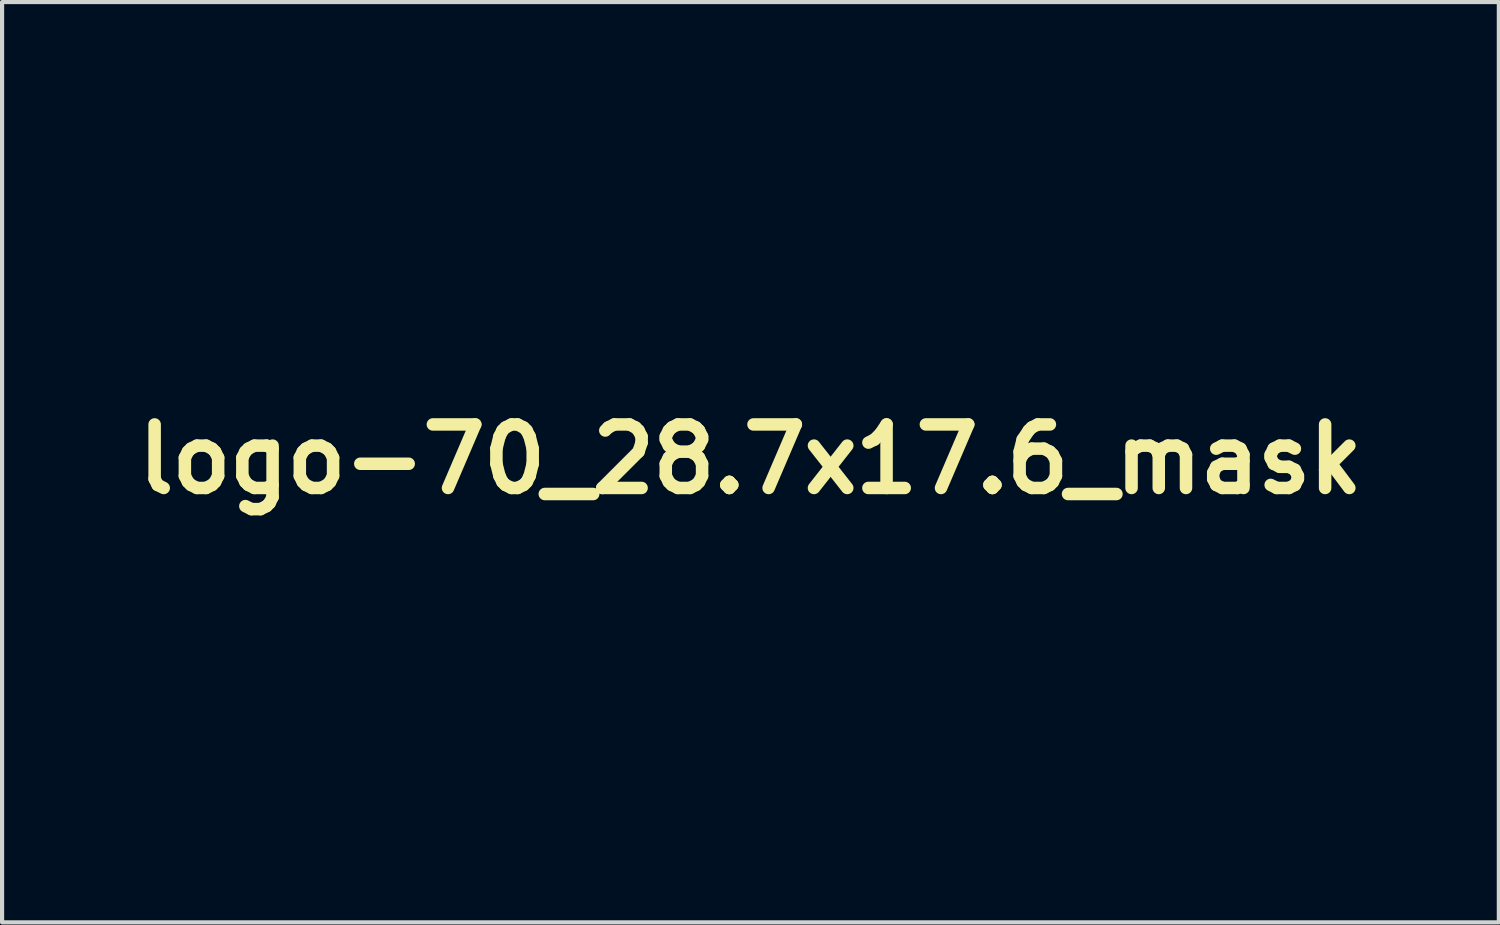
<source format=kicad_pcb>
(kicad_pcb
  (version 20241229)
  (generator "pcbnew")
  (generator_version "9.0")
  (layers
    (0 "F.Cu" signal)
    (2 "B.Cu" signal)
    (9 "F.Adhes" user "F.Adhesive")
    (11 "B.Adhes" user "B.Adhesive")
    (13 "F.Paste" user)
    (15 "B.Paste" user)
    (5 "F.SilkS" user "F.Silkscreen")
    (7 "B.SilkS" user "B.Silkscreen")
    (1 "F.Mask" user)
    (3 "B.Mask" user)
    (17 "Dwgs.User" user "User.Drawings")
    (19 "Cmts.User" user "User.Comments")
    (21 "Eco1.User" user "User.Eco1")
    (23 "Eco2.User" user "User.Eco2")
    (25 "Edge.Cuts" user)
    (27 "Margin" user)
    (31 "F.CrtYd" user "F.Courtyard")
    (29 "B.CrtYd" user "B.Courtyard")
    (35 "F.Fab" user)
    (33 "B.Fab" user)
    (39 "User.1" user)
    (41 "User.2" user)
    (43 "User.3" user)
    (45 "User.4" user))
  (footprint "logo-70_28.7x17.6_mask"
    (layer "F.Cu")
    (at 14.957 7.969)
    (property "Reference" "logo-70_28.7x17.6_mask" (at 0 0 0) (layer "F.SilkS") (effects (font (size 1.524 1.524) (thickness 0.3))))
    (attr through_hole)
    (fp_poly (pts (xy 5.181 2.873) (xy 5.2 3.012) (xy 5.188 3.202) (xy 5.154 3.39) (xy 5.107 3.524) (xy 5.071 3.556) (xy 5.034 3.491) (xy 5.012 3.324) (xy 5.007 3.197) (xy 5.023 2.964) (xy 5.064 2.82) (xy 5.121 2.784) (xy 5.181 2.873)) (stroke (width 0.01) (type solid)) (fill yes) (layer "F.Mask"))
    (fp_poly (pts (xy 4.047 3.182) (xy 4.064 3.293) (xy 4.041 3.442) (xy 3.986 3.635) (xy 3.915 3.824) (xy 3.848 3.957) (xy 3.811 3.991) (xy 3.792 3.927) (xy 3.786 3.768) (xy 3.787 3.719) (xy 3.816 3.445) (xy 3.877 3.237) (xy 3.959 3.129) (xy 3.99 3.121) (xy 4.047 3.182)) (stroke (width 0.01) (type solid)) (fill yes) (layer "F.Mask"))
    (fp_poly (pts (xy 2.743 3.317) (xy 2.757 3.393) (xy 2.729 3.527) (xy 2.662 3.713) (xy 2.573 3.909) (xy 2.483 4.074) (xy 2.411 4.169) (xy 2.384 4.175) (xy 2.377 4.086) (xy 2.403 3.909) (xy 2.451 3.694) (xy 2.511 3.491) (xy 2.569 3.35) (xy 2.572 3.345) (xy 2.668 3.268) (xy 2.743 3.317)) (stroke (width 0.01) (type solid)) (fill yes) (layer "F.Mask"))
    (fp_poly (pts (xy -0.257 2.923) (xy -0.273 3.004) (xy -0.341 3.128) (xy -0.454 3.281) (xy -0.618 3.457) (xy -0.803 3.629) (xy -0.98 3.771) (xy -1.118 3.858) (xy -1.187 3.864) (xy -1.17 3.766) (xy -1.071 3.605) (xy -0.916 3.411) (xy -0.734 3.213) (xy -0.552 3.043) (xy -0.398 2.931) (xy -0.317 2.903) (xy -0.257 2.923)) (stroke (width 0.01) (type solid)) (fill yes) (layer "F.Mask"))
    (fp_poly (pts (xy 1.3 3.273) (xy 1.306 3.299) (xy 1.27 3.428) (xy 1.179 3.607) (xy 1.054 3.803) (xy 0.92 3.982) (xy 0.799 4.113) (xy 0.716 4.162) (xy 0.699 4.152) (xy 0.708 4.054) (xy 0.775 3.875) (xy 0.883 3.654) (xy 1.013 3.433) (xy 1.016 3.429) (xy 1.119 3.321) (xy 1.229 3.262) (xy 1.3 3.273)) (stroke (width 0.01) (type solid)) (fill yes) (layer "F.Mask"))
    (fp_poly (pts (xy -1.962 2.296) (xy -2.012 2.395) (xy -2.133 2.543) (xy -2.283 2.699) (xy -2.42 2.818) (xy -2.493 2.858) (xy -2.606 2.906) (xy -2.773 3.008) (xy -2.808 3.032) (xy -2.994 3.154) (xy -3.091 3.188) (xy -3.121 3.141) (xy -3.121 3.137) (xy -3.071 3.057) (xy -2.943 2.915) (xy -2.77 2.742) (xy -2.586 2.57) (xy -2.422 2.431) (xy -2.313 2.356) (xy -2.298 2.351) (xy -2.16 2.312) (xy -2.086 2.285) (xy -1.983 2.27) (xy -1.962 2.296)) (stroke (width 0.01) (type solid)) (fill yes) (layer "F.Mask"))
    (fp_poly (pts (xy -7.257 -2.273) (xy -7.194 -2.236) (xy -7.04 -2.232) (xy -7.012 -2.235) (xy -6.803 -2.235) (xy -6.723 -2.186) (xy -6.776 -2.112) (xy -6.966 -2.036) (xy -6.983 -2.031) (xy -7.211 -1.97) (xy -7.4 -1.917) (xy -7.439 -1.905) (xy -7.581 -1.88) (xy -7.799 -1.864) (xy -8.057 -1.856) (xy -8.321 -1.857) (xy -8.554 -1.866) (xy -8.721 -1.882) (xy -8.786 -1.907) (xy -8.783 -1.914) (xy -8.68 -1.963) (xy -8.449 -2.036) (xy -8.107 -2.131) (xy -7.667 -2.242) (xy -7.42 -2.301) (xy -7.295 -2.306) (xy -7.257 -2.273)) (stroke (width 0.01) (type solid)) (fill yes) (layer "F.Mask"))
    (fp_poly (pts (xy -3.668 1.206) (xy -3.629 1.237) (xy -3.684 1.318) (xy -3.817 1.425) (xy -3.827 1.432) (xy -4.014 1.567) (xy -4.156 1.69) (xy -4.277 1.774) (xy -4.35 1.78) (xy -4.448 1.784) (xy -4.628 1.838) (xy -4.753 1.887) (xy -4.988 1.984) (xy -5.11 2.023) (xy -5.136 2.004) (xy -5.086 1.931) (xy -5.077 1.919) (xy -4.961 1.819) (xy -4.77 1.689) (xy -4.65 1.617) (xy -4.447 1.493) (xy -4.293 1.386) (xy -4.245 1.343) (xy -4.141 1.28) (xy -3.975 1.23) (xy -3.8 1.202) (xy -3.668 1.206)) (stroke (width 0.01) (type solid)) (fill yes) (layer "F.Mask"))
    (fp_poly (pts (xy -5.328 -0.275) (xy -5.211 -0.263) (xy -5.195 -0.232) (xy -5.257 -0.177) (xy -5.401 -0.095) (xy -5.483 -0.073) (xy -5.598 -0.031) (xy -5.741 0.062) (xy -5.915 0.147) (xy -6.165 0.215) (xy -6.314 0.237) (xy -6.558 0.268) (xy -6.753 0.303) (xy -6.826 0.323) (xy -6.951 0.335) (xy -6.99 0.316) (xy -6.958 0.263) (xy -6.834 0.176) (xy -6.659 0.078) (xy -6.474 -0.009) (xy -6.32 -0.064) (xy -6.268 -0.072) (xy -6.155 -0.123) (xy -6.105 -0.171) (xy -5.973 -0.235) (xy -5.72 -0.27) (xy -5.569 -0.275) (xy -5.328 -0.275)) (stroke (width 0.01) (type solid)) (fill yes) (layer "F.Mask"))
    (fp_poly (pts (xy -8.68 -4.808) (xy -8.603 -4.772) (xy -8.6 -4.768) (xy -8.481 -4.685) (xy -8.436 -4.674) (xy -8.289 -4.662) (xy -8.201 -4.655) (xy -8.082 -4.618) (xy -8.055 -4.578) (xy -8.124 -4.514) (xy -8.312 -4.459) (xy -8.595 -4.419) (xy -8.69 -4.412) (xy -8.851 -4.386) (xy -8.926 -4.343) (xy -8.926 -4.339) (xy -8.98 -4.285) (xy -9.11 -4.305) (xy -9.255 -4.381) (xy -9.399 -4.439) (xy -9.635 -4.494) (xy -9.896 -4.533) (xy -10.145 -4.568) (xy -10.298 -4.609) (xy -10.329 -4.65) (xy -10.329 -4.65) (xy -10.234 -4.682) (xy -10.027 -4.72) (xy -9.74 -4.757) (xy -9.468 -4.785) (xy -9.091 -4.814) (xy -8.835 -4.822) (xy -8.68 -4.808)) (stroke (width 0.01) (type solid)) (fill yes) (layer "F.Mask"))
    (fp_poly (pts (xy -11.141 -7.962) (xy -10.849 -7.943) (xy -10.503 -7.916) (xy -10.177 -7.891) (xy -9.921 -7.872) (xy -9.833 -7.866) (xy -9.636 -7.853) (xy -9.505 -7.844) (xy -9.489 -7.843) (xy -9.44 -7.779) (xy -9.434 -7.731) (xy -9.371 -7.641) (xy -9.217 -7.568) (xy -9.203 -7.564) (xy -9.037 -7.502) (xy -8.948 -7.431) (xy -8.947 -7.427) (xy -9.002 -7.398) (xy -9.167 -7.375) (xy -9.405 -7.361) (xy -9.68 -7.355) (xy -9.955 -7.358) (xy -10.196 -7.373) (xy -10.323 -7.389) (xy -10.431 -7.455) (xy -10.45 -7.508) (xy -10.517 -7.578) (xy -10.701 -7.659) (xy -10.94 -7.732) (xy -11.266 -7.825) (xy -11.449 -7.895) (xy -11.489 -7.942) (xy -11.386 -7.964) (xy -11.141 -7.962)) (stroke (width 0.01) (type solid)) (fill yes) (layer "F.Mask"))
    (fp_poly (pts (xy 5.658 0.436) (xy 5.69 0.533) (xy 5.684 0.551) (xy 5.687 0.622) (xy 5.761 0.61) (xy 5.845 0.609) (xy 5.876 0.713) (xy 5.878 0.783) (xy 5.849 0.949) (xy 5.78 1.038) (xy 5.686 1.125) (xy 5.574 1.293) (xy 5.47 1.491) (xy 5.402 1.669) (xy 5.392 1.77) (xy 5.388 1.879) (xy 5.34 2.038) (xy 5.268 2.202) (xy 5.193 2.323) (xy 5.136 2.354) (xy 5.133 2.352) (xy 5.086 2.219) (xy 5.084 1.997) (xy 5.124 1.734) (xy 5.2 1.475) (xy 5.227 1.411) (xy 5.324 1.149) (xy 5.388 0.884) (xy 5.398 0.808) (xy 5.426 0.606) (xy 5.463 0.464) (xy 5.471 0.449) (xy 5.563 0.397) (xy 5.658 0.436)) (stroke (width 0.01) (type solid)) (fill yes) (layer "F.Mask"))
    (fp_poly (pts (xy 4.993 0.716) (xy 5.013 0.853) (xy 5.028 0.966) (xy 5.055 0.963) (xy 5.055 0.962) (xy 5.125 0.872) (xy 5.19 0.908) (xy 5.224 1.05) (xy 5.225 1.089) (xy 5.194 1.258) (xy 5.122 1.306) (xy 5.023 1.36) (xy 4.882 1.494) (xy 4.735 1.666) (xy 4.62 1.832) (xy 4.572 1.95) (xy 4.572 1.952) (xy 4.518 2.028) (xy 4.495 2.032) (xy 4.452 2.076) (xy 4.463 2.104) (xy 4.455 2.204) (xy 4.385 2.376) (xy 4.331 2.474) (xy 4.208 2.648) (xy 4.123 2.703) (xy 4.102 2.687) (xy 4.073 2.518) (xy 4.126 2.261) (xy 4.252 1.942) (xy 4.433 1.606) (xy 4.571 1.356) (xy 4.672 1.137) (xy 4.698 1.052) (xy 4.862 1.052) (xy 4.899 1.089) (xy 4.935 1.052) (xy 4.899 1.016) (xy 4.862 1.052) (xy 4.698 1.052) (xy 4.717 0.991) (xy 4.717 0.981) (xy 4.761 0.811) (xy 4.865 0.684) (xy 4.949 0.653) (xy 4.993 0.716)) (stroke (width 0.01) (type solid)) (fill yes) (layer "F.Mask"))
    (fp_poly (pts (xy 3.585 0.748) (xy 3.585 0.808) (xy 3.495 0.93) (xy 3.411 1.016) (xy 3.157 1.257) (xy 3.388 1.212) (xy 3.544 1.188) (xy 3.588 1.227) (xy 3.551 1.361) (xy 3.544 1.382) (xy 3.468 1.534) (xy 3.387 1.605) (xy 3.386 1.605) (xy 3.231 1.627) (xy 3.097 1.672) (xy 2.913 1.764) (xy 2.903 1.769) (xy 2.681 1.907) (xy 2.475 2.07) (xy 2.319 2.226) (xy 2.249 2.345) (xy 2.248 2.354) (xy 2.194 2.431) (xy 2.061 2.552) (xy 1.896 2.682) (xy 1.741 2.786) (xy 1.641 2.83) (xy 1.639 2.83) (xy 1.603 2.77) (xy 1.597 2.705) (xy 1.634 2.584) (xy 1.729 2.403) (xy 1.854 2.203) (xy 1.983 2.024) (xy 2.088 1.909) (xy 2.129 1.887) (xy 2.23 1.838) (xy 2.395 1.713) (xy 2.592 1.542) (xy 2.789 1.354) (xy 2.951 1.181) (xy 3.046 1.053) (xy 3.054 1.036) (xy 3.166 0.892) (xy 3.345 0.782) (xy 3.527 0.739) (xy 3.585 0.748)) (stroke (width 0.01) (type solid)) (fill yes) (layer "F.Mask"))
    (fp_poly (pts (xy 4.321 0.753) (xy 4.399 0.799) (xy 4.365 0.868) (xy 4.323 0.912) (xy 4.23 1.053) (xy 4.209 1.139) (xy 4.228 1.212) (xy 4.307 1.17) (xy 4.32 1.16) (xy 4.428 1.102) (xy 4.471 1.109) (xy 4.477 1.202) (xy 4.416 1.343) (xy 4.322 1.474) (xy 4.229 1.539) (xy 4.212 1.539) (xy 4.126 1.578) (xy 3.98 1.695) (xy 3.805 1.858) (xy 3.634 2.034) (xy 3.5 2.192) (xy 3.434 2.299) (xy 3.433 2.317) (xy 3.399 2.394) (xy 3.296 2.542) (xy 3.214 2.646) (xy 3.073 2.806) (xy 2.991 2.862) (xy 2.943 2.828) (xy 2.933 2.803) (xy 2.932 2.626) (xy 3.024 2.379) (xy 3.191 2.094) (xy 3.419 1.799) (xy 3.503 1.707) (xy 3.686 1.493) (xy 3.827 1.288) (xy 3.836 1.27) (xy 3.991 1.27) (xy 4.028 1.306) (xy 4.064 1.27) (xy 4.028 1.234) (xy 3.991 1.27) (xy 3.836 1.27) (xy 3.892 1.147) (xy 3.98 0.942) (xy 4.119 0.796) (xy 4.271 0.743) (xy 4.321 0.753)) (stroke (width 0.01) (type solid)) (fill yes) (layer "F.Mask"))
    (fp_poly (pts (xy 2.6 0.621) (xy 2.598 0.72) (xy 2.505 0.848) (xy 2.381 0.941) (xy 2.24 1.039) (xy 2.218 1.098) (xy 2.266 1.127) (xy 2.421 1.131) (xy 2.53 1.094) (xy 2.671 1.028) (xy 2.713 1.05) (xy 2.666 1.176) (xy 2.635 1.239) (xy 2.502 1.421) (xy 2.337 1.531) (xy 2.185 1.544) (xy 2.139 1.52) (xy 2.042 1.522) (xy 1.859 1.581) (xy 1.628 1.679) (xy 1.387 1.797) (xy 1.173 1.917) (xy 1.025 2.021) (xy 0.979 2.083) (xy 0.921 2.153) (xy 0.774 2.258) (xy 0.583 2.374) (xy 0.39 2.474) (xy 0.24 2.533) (xy 0.2 2.54) (xy 0.154 2.48) (xy 0.145 2.41) (xy 0.205 2.262) (xy 0.369 2.07) (xy 0.452 1.996) (xy 0.653 1.996) (xy 0.689 2.032) (xy 0.726 1.996) (xy 0.689 1.959) (xy 0.653 1.996) (xy 0.452 1.996) (xy 0.611 1.853) (xy 0.906 1.635) (xy 1.229 1.436) (xy 1.402 1.345) (xy 1.757 1.155) (xy 1.97 0.993) (xy 2.034 0.903) (xy 2.176 0.709) (xy 2.393 0.595) (xy 2.499 0.581) (xy 2.6 0.621)) (stroke (width 0.01) (type solid)) (fill yes) (layer "F.Mask"))
    (fp_poly (pts (xy 1.672 0.267) (xy 1.69 0.34) (xy 1.605 0.443) (xy 1.486 0.544) (xy 1.423 0.581) (xy 1.338 0.605) (xy 1.184 0.662) (xy 0.98 0.744) (xy 1.186 0.803) (xy 1.401 0.825) (xy 1.567 0.796) (xy 1.706 0.769) (xy 1.736 0.826) (xy 1.654 0.954) (xy 1.598 1.014) (xy 1.444 1.127) (xy 1.267 1.202) (xy 1.115 1.226) (xy 1.035 1.183) (xy 1.035 1.183) (xy 0.955 1.15) (xy 0.776 1.163) (xy 0.535 1.211) (xy 0.267 1.285) (xy 0.009 1.373) (xy -0.203 1.466) (xy -0.335 1.553) (xy -0.353 1.577) (xy -0.453 1.658) (xy -0.648 1.753) (xy -0.844 1.824) (xy -1.12 1.908) (xy -1.284 1.947) (xy -1.358 1.941) (xy -1.366 1.893) (xy -1.35 1.845) (xy -1.311 1.716) (xy -1.306 1.679) (xy -1.251 1.605) (xy -1.11 1.484) (xy -1.018 1.415) (xy -0.726 1.415) (xy -0.689 1.451) (xy -0.653 1.415) (xy -0.689 1.379) (xy -0.726 1.415) (xy -1.018 1.415) (xy -0.924 1.344) (xy -0.731 1.213) (xy -0.57 1.119) (xy -0.487 1.089) (xy -0.324 1.058) (xy -0.073 0.977) (xy 0.223 0.863) (xy 0.522 0.734) (xy 0.783 0.608) (xy 0.964 0.5) (xy 1.004 0.467) (xy 1.158 0.343) (xy 1.291 0.28) (xy 1.298 0.279) (xy 1.475 0.262) (xy 1.524 0.256) (xy 1.672 0.267)) (stroke (width 0.01) (type solid)) (fill yes) (layer "F.Mask"))
    (fp_poly (pts (xy 0.552 -0.276) (xy 0.569 -0.269) (xy 0.705 -0.197) (xy 0.72 -0.133) (xy 0.683 -0.09) (xy 0.488 0.011) (xy 0.184 0.063) (xy 0.118 0.067) (xy 0.023 0.095) (xy 0.036 0.153) (xy 0.129 0.22) (xy 0.274 0.274) (xy 0.426 0.296) (xy 0.572 0.308) (xy 0.612 0.331) (xy 0.599 0.338) (xy 0.514 0.434) (xy 0.508 0.473) (xy 0.445 0.572) (xy 0.251 0.647) (xy -0.009 0.692) (xy -0.161 0.697) (xy -0.2 0.649) (xy -0.19 0.613) (xy -0.189 0.556) (xy -0.261 0.53) (xy -0.434 0.532) (xy -0.601 0.544) (xy -1.051 0.584) (xy -1.376 0.618) (xy -1.595 0.649) (xy -1.729 0.681) (xy -1.795 0.717) (xy -1.814 0.762) (xy -1.814 0.766) (xy -1.836 0.83) (xy -1.917 0.878) (xy -2.081 0.919) (xy -2.355 0.958) (xy -2.527 0.979) (xy -2.75 1) (xy -2.862 0.991) (xy -2.896 0.941) (xy -2.89 0.856) (xy -2.806 0.712) (xy -2.618 0.563) (xy -2.146 0.563) (xy -2.074 0.575) (xy -1.98 0.561) (xy -1.979 0.537) (xy -2.076 0.519) (xy -2.118 0.531) (xy -2.146 0.563) (xy -2.618 0.563) (xy -2.612 0.558) (xy -2.342 0.41) (xy -2.03 0.286) (xy -1.709 0.201) (xy -1.549 0.178) (xy -1.291 0.153) (xy -1.075 0.129) (xy -0.98 0.117) (xy -0.854 0.097) (xy -0.194 0.097) (xy -0.184 0.14) (xy -0.145 0.145) (xy -0.085 0.119) (xy -0.097 0.097) (xy -0.183 0.088) (xy -0.194 0.097) (xy -0.854 0.097) (xy -0.608 0.057) (xy -0.356 0.01) (xy -0.2 -0.031) (xy -0.116 -0.072) (xy -0.09 -0.101) (xy 0.077 -0.242) (xy 0.312 -0.306) (xy 0.552 -0.276)) (stroke (width 0.01) (type solid)) (fill yes) (layer "F.Mask"))
    (fp_poly (pts (xy -0.631 -1.138) (xy -0.44 -1.086) (xy -0.258 -1.018) (xy -0.129 -0.95) (xy -0.095 -0.897) (xy -0.097 -0.895) (xy -0.209 -0.858) (xy -0.454 -0.829) (xy -0.823 -0.81) (xy -0.942 -0.806) (xy -1.267 -0.798) (xy -0.992 -0.611) (xy -0.807 -0.506) (xy -0.662 -0.457) (xy -0.624 -0.459) (xy -0.486 -0.455) (xy -0.429 -0.43) (xy -0.383 -0.381) (xy -0.47 -0.364) (xy -0.494 -0.364) (xy -0.607 -0.339) (xy -0.62 -0.295) (xy -0.635 -0.217) (xy -0.756 -0.154) (xy -0.943 -0.117) (xy -1.158 -0.117) (xy -1.221 -0.126) (xy -1.342 -0.183) (xy -1.354 -0.251) (xy -1.359 -0.295) (xy -1.424 -0.332) (xy -1.565 -0.366) (xy -1.799 -0.399) (xy -2.143 -0.434) (xy -2.614 -0.474) (xy -2.657 -0.477) (xy -2.935 -0.494) (xy -3.101 -0.487) (xy -3.187 -0.451) (xy -3.217 -0.404) (xy -3.27 -0.345) (xy -3.392 -0.31) (xy -3.61 -0.293) (xy -3.844 -0.29) (xy -4.135 -0.294) (xy -4.31 -0.308) (xy -4.397 -0.341) (xy -4.425 -0.398) (xy -4.427 -0.427) (xy -4.374 -0.588) (xy -4.322 -0.65) (xy -4.31 -0.656) (xy -3.594 -0.656) (xy -3.511 -0.624) (xy -3.397 -0.642) (xy -3.338 -0.696) (xy -3.338 -0.697) (xy -3.4 -0.72) (xy -3.488 -0.726) (xy -3.589 -0.699) (xy -3.594 -0.656) (xy -4.31 -0.656) (xy -4.214 -0.706) (xy -4.024 -0.776) (xy -3.785 -0.852) (xy -3.531 -0.925) (xy -3.296 -0.984) (xy -3.114 -1.02) (xy -3.019 -1.024) (xy -3.014 -1.012) (xy -2.967 -0.98) (xy -2.794 -0.957) (xy -2.515 -0.945) (xy -2.341 -0.943) (xy -1.932 -0.933) (xy -1.659 -0.902) (xy -1.528 -0.853) (xy -1.461 -0.799) (xy -1.482 -0.852) (xy -1.485 -0.859) (xy -1.491 -0.929) (xy -1.398 -0.931) (xy -1.28 -0.941) (xy -1.25 -0.977) (xy -1.177 -1.064) (xy -1.002 -1.13) (xy -0.789 -1.156) (xy -0.631 -1.138)) (stroke (width 0.01) (type solid)) (fill yes) (layer "F.Mask"))
    (fp_poly (pts (xy -4.234 -2.585) (xy -4.162 -2.564) (xy -4.163 -2.556) (xy -4.123 -2.51) (xy -3.989 -2.456) (xy -3.811 -2.409) (xy -3.637 -2.383) (xy -3.535 -2.385) (xy -3.438 -2.375) (xy -3.247 -2.335) (xy -3.052 -2.287) (xy -2.669 -2.204) (xy -2.389 -2.183) (xy -2.186 -2.224) (xy -2.115 -2.26) (xy -1.915 -2.309) (xy -1.646 -2.272) (xy -1.35 -2.157) (xy -1.234 -2.092) (xy -0.98 -1.935) (xy -1.216 -1.873) (xy -1.516 -1.853) (xy -1.851 -1.914) (xy -2.105 -1.968) (xy -2.227 -1.962) (xy -2.219 -1.894) (xy -2.082 -1.766) (xy -2.071 -1.757) (xy -1.962 -1.644) (xy -1.941 -1.562) (xy -1.944 -1.558) (xy -1.937 -1.528) (xy -1.884 -1.541) (xy -1.743 -1.541) (xy -1.559 -1.486) (xy -1.558 -1.485) (xy -1.343 -1.391) (xy -1.534 -1.385) (xy -1.692 -1.343) (xy -1.768 -1.27) (xy -1.874 -1.185) (xy -2.089 -1.178) (xy -2.322 -1.226) (xy -2.471 -1.319) (xy -2.504 -1.418) (xy -2.523 -1.482) (xy -2.594 -1.542) (xy -2.739 -1.606) (xy -2.979 -1.683) (xy -3.334 -1.782) (xy -3.424 -1.807) (xy -3.801 -1.906) (xy -4.063 -1.969) (xy -4.237 -1.999) (xy -4.347 -1.999) (xy -4.418 -1.972) (xy -4.463 -1.934) (xy -4.537 -1.866) (xy -4.616 -1.832) (xy -4.73 -1.83) (xy -4.914 -1.862) (xy -5.199 -1.928) (xy -5.275 -1.946) (xy -5.56 -2.022) (xy -5.766 -2.09) (xy -5.875 -2.143) (xy -5.87 -2.173) (xy -5.818 -2.177) (xy -5.743 -2.236) (xy -5.733 -2.288) (xy -5.72 -2.312) (xy -4.971 -2.312) (xy -4.826 -2.25) (xy -4.656 -2.196) (xy -4.572 -2.183) (xy -4.5 -2.19) (xy -4.554 -2.238) (xy -4.572 -2.25) (xy -4.737 -2.308) (xy -4.826 -2.316) (xy -4.971 -2.312) (xy -5.72 -2.312) (xy -5.673 -2.396) (xy -5.57 -2.46) (xy -5.415 -2.499) (xy -5.186 -2.534) (xy -4.919 -2.562) (xy -4.647 -2.582) (xy -4.408 -2.59) (xy -4.234 -2.585)) (stroke (width 0.01) (type solid)) (fill yes) (layer "F.Mask"))
    (fp_poly (pts (xy -5.939 -4.633) (xy -5.593 -4.605) (xy -5.34 -4.562) (xy -5.2 -4.507) (xy -5.18 -4.46) (xy -5.138 -4.383) (xy -4.96 -4.307) (xy -4.875 -4.284) (xy -4.618 -4.211) (xy -4.381 -4.131) (xy -4.318 -4.106) (xy -4.113 -4.023) (xy -3.832 -3.915) (xy -3.535 -3.803) (xy -3.279 -3.711) (xy -3.175 -3.675) (xy -3.07 -3.675) (xy -3.048 -3.714) (xy -2.983 -3.759) (xy -2.784 -3.761) (xy -2.667 -3.75) (xy -2.384 -3.693) (xy -2.195 -3.59) (xy -2.126 -3.522) (xy -1.996 -3.396) (xy -1.895 -3.339) (xy -1.89 -3.338) (xy -1.823 -3.28) (xy -1.814 -3.229) (xy -1.853 -3.13) (xy -1.954 -3.152) (xy -2.009 -3.199) (xy -2.099 -3.237) (xy -2.135 -3.203) (xy -2.233 -3.158) (xy -2.306 -3.168) (xy -2.519 -3.246) (xy -2.771 -3.35) (xy -2.993 -3.451) (xy -3.07 -3.49) (xy -3.161 -3.528) (xy -3.15 -3.468) (xy -3.131 -3.432) (xy -3.027 -3.281) (xy -2.913 -3.146) (xy -2.822 -3.023) (xy -2.81 -2.947) (xy -2.779 -2.906) (xy -2.645 -2.862) (xy -2.623 -2.858) (xy -2.449 -2.804) (xy -2.347 -2.739) (xy -2.346 -2.737) (xy -2.368 -2.694) (xy -2.517 -2.706) (xy -2.525 -2.708) (xy -2.679 -2.725) (xy -2.721 -2.686) (xy -2.713 -2.653) (xy -2.741 -2.585) (xy -2.866 -2.56) (xy -3.049 -2.576) (xy -3.248 -2.631) (xy -3.359 -2.682) (xy -3.507 -2.806) (xy -3.531 -2.915) (xy -3.55 -2.99) (xy -3.655 -3.083) (xy -3.862 -3.205) (xy -4.163 -3.357) (xy -4.614 -3.574) (xy -4.954 -3.732) (xy -5.201 -3.838) (xy -5.373 -3.896) (xy -5.49 -3.913) (xy -5.57 -3.894) (xy -5.631 -3.845) (xy -5.656 -3.816) (xy -5.724 -3.765) (xy -5.828 -3.769) (xy -6.005 -3.833) (xy -6.118 -3.883) (xy -6.389 -4.002) (xy -6.656 -4.117) (xy -6.771 -4.165) (xy -6.942 -4.241) (xy -7.001 -4.303) (xy -6.976 -4.373) (xy -6.158 -4.373) (xy -6.091 -4.321) (xy -6.016 -4.288) (xy -5.841 -4.226) (xy -5.751 -4.224) (xy -5.702 -4.274) (xy -5.736 -4.326) (xy -5.873 -4.37) (xy -5.897 -4.374) (xy -6.091 -4.392) (xy -6.158 -4.373) (xy -6.976 -4.373) (xy -6.968 -4.394) (xy -6.925 -4.461) (xy -6.842 -4.564) (xy -6.733 -4.619) (xy -6.556 -4.641) (xy -6.36 -4.644) (xy -5.939 -4.633)) (stroke (width 0.01) (type solid)) (fill yes) (layer "F.Mask"))
    (fp_poly (pts (xy -6.505 -7.039) (xy -6.113 -6.924) (xy -5.853 -6.833) (xy -5.715 -6.761) (xy -5.688 -6.709) (xy -5.643 -6.629) (xy -5.476 -6.493) (xy -5.196 -6.306) (xy -4.949 -6.156) (xy -4.646 -5.978) (xy -4.386 -5.827) (xy -4.196 -5.719) (xy -4.102 -5.669) (xy -4.1 -5.668) (xy -3.996 -5.61) (xy -3.836 -5.505) (xy -3.815 -5.491) (xy -3.679 -5.402) (xy -3.633 -5.4) (xy -3.649 -5.465) (xy -3.653 -5.557) (xy -3.547 -5.587) (xy -3.515 -5.588) (xy -3.378 -5.555) (xy -3.191 -5.469) (xy -2.99 -5.355) (xy -2.811 -5.233) (xy -2.689 -5.126) (xy -2.66 -5.057) (xy -2.662 -5.055) (xy -2.65 -4.981) (xy -2.572 -4.905) (xy -2.495 -4.839) (xy -2.522 -4.812) (xy -2.673 -4.81) (xy -2.7 -4.811) (xy -2.865 -4.832) (xy -2.927 -4.877) (xy -2.923 -4.889) (xy -2.936 -4.928) (xy -3.005 -4.911) (xy -3.158 -4.924) (xy -3.386 -5.04) (xy -3.447 -5.08) (xy -3.67 -5.227) (xy -3.788 -5.283) (xy -3.812 -5.246) (xy -3.752 -5.116) (xy -3.708 -5.04) (xy -3.612 -4.859) (xy -3.559 -4.725) (xy -3.556 -4.703) (xy -3.503 -4.601) (xy -3.429 -4.532) (xy -3.35 -4.438) (xy -3.355 -4.386) (xy -3.446 -4.381) (xy -3.509 -4.418) (xy -3.637 -4.463) (xy -3.772 -4.439) (xy -3.845 -4.361) (xy -3.846 -4.347) (xy -3.905 -4.289) (xy -3.955 -4.282) (xy -4.052 -4.312) (xy -4.064 -4.338) (xy -4.122 -4.401) (xy -4.271 -4.503) (xy -4.391 -4.573) (xy -4.58 -4.679) (xy -4.659 -4.747) (xy -4.643 -4.803) (xy -4.564 -4.868) (xy -4.496 -4.927) (xy -4.48 -4.982) (xy -4.533 -5.054) (xy -4.672 -5.165) (xy -4.912 -5.334) (xy -4.944 -5.357) (xy -5.194 -5.531) (xy -5.403 -5.681) (xy -5.54 -5.782) (xy -5.567 -5.803) (xy -5.685 -5.871) (xy -5.724 -5.878) (xy -5.813 -5.927) (xy -5.818 -5.936) (xy -5.9 -6.025) (xy -6.051 -6.126) (xy -6.225 -6.215) (xy -6.373 -6.267) (xy -6.448 -6.259) (xy -6.53 -6.184) (xy -6.655 -6.176) (xy -6.842 -6.243) (xy -7.112 -6.388) (xy -7.348 -6.534) (xy -7.933 -6.905) (xy -7.076 -6.905) (xy -6.786 -6.724) (xy -6.584 -6.616) (xy -6.47 -6.604) (xy -6.445 -6.627) (xy -6.448 -6.73) (xy -6.48 -6.758) (xy -6.608 -6.803) (xy -6.801 -6.851) (xy -6.822 -6.855) (xy -7.076 -6.905) (xy -7.933 -6.905) (xy -7.981 -6.935) (xy -7.358 -7.275) (xy -6.505 -7.039)) (stroke (width 0.01) (type solid)) (fill yes) (layer "F.Mask"))
    (fp_poly (pts (xy 1.14 -3.624) (xy 1.638 -3.617) (xy 1.956 -3.613) (xy 2.565 -3.602) (xy 3.051 -3.588) (xy 3.435 -3.571) (xy 3.737 -3.548) (xy 3.979 -3.519) (xy 4.182 -3.481) (xy 4.314 -3.449) (xy 4.6 -3.38) (xy 4.77 -3.361) (xy 4.843 -3.391) (xy 4.846 -3.399) (xy 4.922 -3.417) (xy 5.123 -3.433) (xy 5.434 -3.447) (xy 5.835 -3.459) (xy 6.308 -3.469) (xy 6.836 -3.477) (xy 7.401 -3.483) (xy 7.984 -3.486) (xy 8.569 -3.487) (xy 9.136 -3.486) (xy 9.668 -3.482) (xy 10.147 -3.476) (xy 10.555 -3.467) (xy 10.875 -3.455) (xy 11.087 -3.441) (xy 11.175 -3.423) (xy 11.176 -3.421) (xy 11.155 -3.217) (xy 11.101 -2.924) (xy 11.022 -2.585) (xy 10.931 -2.238) (xy 10.836 -1.924) (xy 10.75 -1.684) (xy 10.698 -1.58) (xy 10.592 -1.411) (xy 10.53 -1.301) (xy 10.523 -1.282) (xy 10.59 -1.265) (xy 10.768 -1.243) (xy 11.023 -1.22) (xy 11.125 -1.213) (xy 11.795 -1.11) (xy 12.364 -0.902) (xy 12.833 -0.59) (xy 13.201 -0.174) (xy 13.392 0.164) (xy 13.53 0.504) (xy 13.626 0.846) (xy 13.683 1.224) (xy 13.707 1.671) (xy 13.701 2.221) (xy 13.696 2.359) (xy 13.63 3.213) (xy 13.494 3.984) (xy 13.274 4.721) (xy 12.96 5.473) (xy 12.905 5.588) (xy 12.493 6.297) (xy 12 6.901) (xy 11.435 7.392) (xy 10.809 7.76) (xy 10.132 7.999) (xy 10.024 8.024) (xy 9.385 8.108) (xy 8.755 8.098) (xy 8.444 8.053) (xy 7.997 7.909) (xy 7.562 7.673) (xy 7.202 7.379) (xy 7.165 7.339) (xy 6.876 6.966) (xy 6.664 6.559) (xy 6.516 6.087) (xy 6.424 5.536) (xy 8.141 5.536) (xy 8.157 5.666) (xy 8.223 5.875) (xy 8.298 6.055) (xy 8.451 6.332) (xy 8.625 6.514) (xy 8.757 6.596) (xy 9.136 6.721) (xy 9.556 6.736) (xy 9.964 6.642) (xy 10.057 6.601) (xy 10.439 6.345) (xy 10.806 5.96) (xy 11.145 5.463) (xy 11.357 5.058) (xy 11.472 4.789) (xy 11.593 4.47) (xy 11.71 4.131) (xy 11.814 3.802) (xy 11.896 3.51) (xy 11.947 3.287) (xy 11.957 3.161) (xy 11.951 3.146) (xy 11.88 3.17) (xy 11.706 3.263) (xy 11.446 3.412) (xy 11.12 3.607) (xy 10.744 3.835) (xy 10.338 4.086) (xy 9.919 4.348) (xy 9.506 4.61) (xy 9.116 4.86) (xy 8.768 5.087) (xy 8.48 5.28) (xy 8.27 5.427) (xy 8.156 5.517) (xy 8.141 5.536) (xy 6.424 5.536) (xy 6.421 5.516) (xy 6.401 5.318) (xy 6.35 4.765) (xy 6.077 5.177) (xy 5.804 5.588) (xy 4.825 5.588) (xy 4.467 5.585) (xy 4.168 5.578) (xy 3.954 5.568) (xy 3.851 5.555) (xy 3.846 5.551) (xy 3.885 5.482) (xy 3.993 5.314) (xy 4.156 5.069) (xy 4.36 4.767) (xy 4.506 4.553) (xy 4.779 4.154) (xy 5.07 3.729) (xy 5.12 3.656) (xy 8.201 3.656) (xy 8.253 3.661) (xy 8.411 3.595) (xy 8.679 3.455) (xy 9.059 3.24) (xy 9.555 2.949) (xy 10.087 2.629) (xy 10.626 2.302) (xy 11.053 2.039) (xy 11.381 1.832) (xy 11.622 1.673) (xy 11.789 1.551) (xy 11.894 1.458) (xy 11.951 1.386) (xy 11.972 1.324) (xy 11.974 1.304) (xy 11.927 1.072) (xy 11.806 0.797) (xy 11.641 0.536) (xy 11.464 0.347) (xy 11.451 0.337) (xy 11.238 0.237) (xy 10.949 0.171) (xy 10.863 0.161) (xy 10.401 0.193) (xy 9.962 0.363) (xy 9.554 0.664) (xy 9.18 1.09) (xy 8.846 1.636) (xy 8.558 2.296) (xy 8.321 3.062) (xy 8.313 3.095) (xy 8.254 3.348) (xy 8.213 3.555) (xy 8.201 3.656) (xy 5.12 3.656) (xy 5.347 3.323) (xy 5.581 2.979) (xy 5.632 2.903) (xy 5.851 2.582) (xy 6.07 2.263) (xy 6.258 1.99) (xy 6.356 1.851) (xy 6.5 1.632) (xy 6.568 1.472) (xy 6.578 1.317) (xy 6.562 1.197) (xy 6.528 0.979) (xy 6.508 0.805) (xy 6.506 0.78) (xy 6.443 0.673) (xy 6.377 0.653) (xy 6.274 0.715) (xy 6.199 0.905) (xy 6.148 1.229) (xy 6.13 1.474) (xy 6.11 1.689) (xy 6.08 1.837) (xy 6.063 1.871) (xy 5.99 1.883) (xy 5.935 1.781) (xy 5.907 1.598) (xy 5.914 1.363) (xy 5.917 1.343) (xy 5.947 1.048) (xy 5.972 0.713) (xy 5.979 0.587) (xy 6.717 0.587) (xy 6.718 0.64) (xy 6.732 0.873) (xy 6.74 1.034) (xy 6.756 1.179) (xy 6.78 1.234) (xy 6.833 1.178) (xy 6.929 1.039) (xy 6.969 0.977) (xy 7.066 0.798) (xy 7.086 0.664) (xy 7.037 0.504) (xy 7.03 0.487) (xy 6.969 0.316) (xy 6.948 0.206) (xy 6.95 0.2) (xy 6.912 0.147) (xy 6.892 0.145) (xy 6.805 0.21) (xy 6.741 0.373) (xy 6.717 0.587) (xy 5.979 0.587) (xy 5.98 0.563) (xy 6.004 0.278) (xy 6.042 0.119) (xy 6.091 0.091) (xy 6.139 0.173) (xy 6.201 0.252) (xy 6.286 0.211) (xy 6.359 0.176) (xy 6.385 0.256) (xy 6.386 0.322) (xy 6.407 0.449) (xy 6.454 0.475) (xy 6.507 0.37) (xy 6.505 0.202) (xy 6.474 0.109) (xy 6.604 0.109) (xy 6.64 0.145) (xy 6.677 0.109) (xy 6.64 0.073) (xy 6.604 0.109) (xy 6.474 0.109) (xy 6.452 0.042) (xy 6.449 0.037) (xy 7.115 0.037) (xy 7.142 0.238) (xy 7.191 0.375) (xy 7.253 0.474) (xy 7.307 0.461) (xy 7.383 0.36) (xy 7.452 0.239) (xy 7.448 0.128) (xy 7.369 -0.04) (xy 7.367 -0.044) (xy 7.269 -0.19) (xy 7.188 -0.251) (xy 7.174 -0.248) (xy 7.125 -0.145) (xy 7.115 0.037) (xy 6.449 0.037) (xy 6.435 0.015) (xy 6.394 -0.1) (xy 6.462 -0.159) (xy 6.605 -0.148) (xy 6.704 -0.107) (xy 6.844 -0.041) (xy 6.888 -0.057) (xy 6.868 -0.168) (xy 6.866 -0.175) (xy 6.811 -0.368) (xy 6.773 -0.478) (xy 6.76 -0.569) (xy 6.845 -0.559) (xy 6.845 -0.559) (xy 6.948 -0.557) (xy 6.967 -0.597) (xy 7.001 -0.613) (xy 7.071 -0.54) (xy 7.146 -0.453) (xy 7.162 -0.484) (xy 7.159 -0.519) (xy 7.108 -0.654) (xy 7.366 -0.654) (xy 7.414 -0.444) (xy 7.519 -0.127) (xy 7.567 -0.031) (xy 7.627 -0.022) (xy 7.718 -0.112) (xy 7.86 -0.314) (xy 7.892 -0.363) (xy 8.019 -0.569) (xy 8.104 -0.73) (xy 8.128 -0.797) (xy 8.181 -0.869) (xy 8.198 -0.871) (xy 8.282 -0.928) (xy 8.352 -1.028) (xy 8.397 -1.164) (xy 8.332 -1.262) (xy 8.305 -1.282) (xy 8.217 -1.355) (xy 8.248 -1.378) (xy 8.296 -1.379) (xy 8.401 -1.339) (xy 8.418 -1.297) (xy 8.451 -1.256) (xy 8.538 -1.321) (xy 8.656 -1.473) (xy 8.731 -1.591) (xy 8.862 -1.814) (xy 7.667 -1.814) (xy 8.017 -1.442) (xy 7.808 -1.521) (xy 7.655 -1.57) (xy 7.575 -1.576) (xy 7.575 -1.575) (xy 7.6 -1.508) (xy 7.691 -1.362) (xy 7.784 -1.229) (xy 8.019 -0.909) (xy 7.747 -1.069) (xy 7.562 -1.157) (xy 7.481 -1.145) (xy 7.504 -1.036) (xy 7.633 -0.83) (xy 7.656 -0.798) (xy 7.784 -0.6) (xy 7.836 -0.465) (xy 7.815 -0.413) (xy 7.724 -0.46) (xy 7.621 -0.56) (xy 7.469 -0.708) (xy 7.384 -0.741) (xy 7.366 -0.654) (xy 7.108 -0.654) (xy 7.098 -0.68) (xy 7.059 -0.739) (xy 7.031 -0.835) (xy 7.112 -0.835) (xy 7.148 -0.798) (xy 7.185 -0.835) (xy 7.148 -0.871) (xy 7.112 -0.835) (xy 7.031 -0.835) (xy 7.017 -0.884) (xy 7.041 -0.946) (xy 7.111 -1.013) (xy 7.213 -0.985) (xy 7.266 -0.954) (xy 7.425 -0.856) (xy 7.265 -1.058) (xy 7.106 -1.261) (xy 7.254 -1.341) (xy 7.356 -1.41) (xy 7.338 -1.481) (xy 7.278 -1.545) (xy 7.209 -1.641) (xy 7.242 -1.669) (xy 7.305 -1.705) (xy 7.475 -1.705) (xy 7.511 -1.669) (xy 7.547 -1.705) (xy 7.511 -1.742) (xy 7.475 -1.705) (xy 7.305 -1.705) (xy 7.324 -1.716) (xy 7.33 -1.742) (xy 7.265 -1.788) (xy 7.105 -1.813) (xy 7.045 -1.814) (xy 6.857 -1.802) (xy 6.763 -1.744) (xy 6.715 -1.607) (xy 6.713 -1.597) (xy 6.66 -1.444) (xy 6.6 -1.379) (xy 6.598 -1.379) (xy 6.545 -1.318) (xy 6.531 -1.226) (xy 6.499 -1.115) (xy 6.423 -1.115) (xy 6.338 -1.106) (xy 6.314 -0.977) (xy 6.283 -0.836) (xy 6.215 -0.801) (xy 6.144 -0.889) (xy 6.111 -0.928) (xy 6.101 -0.871) (xy 6.056 -0.715) (xy 6.022 -0.653) (xy 5.954 -0.581) (xy 5.89 -0.639) (xy 5.881 -0.653) (xy 5.825 -0.7) (xy 5.771 -0.633) (xy 5.725 -0.515) (xy 5.664 -0.358) (xy 5.615 -0.322) (xy 5.549 -0.389) (xy 5.536 -0.406) (xy 5.453 -0.502) (xy 5.39 -0.48) (xy 5.33 -0.403) (xy 5.247 -0.264) (xy 5.223 -0.186) (xy 5.183 -0.178) (xy 5.089 -0.266) (xy 5.083 -0.273) (xy 4.947 -0.437) (xy 4.791 -0.239) (xy 4.679 -0.116) (xy 4.608 -0.103) (xy 4.568 -0.148) (xy 4.527 -0.289) (xy 4.534 -0.345) (xy 4.539 -0.428) (xy 4.459 -0.402) (xy 4.298 -0.27) (xy 4.268 -0.241) (xy 4.108 -0.113) (xy 4.015 -0.11) (xy 3.976 -0.236) (xy 3.973 -0.321) (xy 3.973 -0.503) (xy 3.665 -0.323) (xy 3.356 -0.142) (xy 3.322 -0.321) (xy 3.324 -0.491) (xy 3.332 -0.508) (xy 4.79 -0.508) (xy 4.816 -0.448) (xy 4.838 -0.46) (xy 4.847 -0.546) (xy 4.838 -0.556) (xy 4.795 -0.546) (xy 4.79 -0.508) (xy 3.332 -0.508) (xy 3.356 -0.562) (xy 4.357 -0.562) (xy 4.393 -0.55) (xy 4.476 -0.617) (xy 4.568 -0.725) (xy 4.594 -0.768) (xy 4.941 -0.768) (xy 4.954 -0.674) (xy 4.979 -0.673) (xy 4.996 -0.77) (xy 4.993 -0.78) (xy 5.299 -0.78) (xy 5.31 -0.674) (xy 5.353 -0.7) (xy 5.37 -0.726) (xy 5.415 -0.814) (xy 5.633 -0.814) (xy 5.663 -0.798) (xy 5.725 -0.857) (xy 5.733 -0.907) (xy 5.718 -1.004) (xy 5.705 -1.016) (xy 5.658 -0.959) (xy 5.634 -0.907) (xy 5.633 -0.814) (xy 5.415 -0.814) (xy 5.432 -0.847) (xy 5.442 -0.889) (xy 5.387 -0.942) (xy 5.37 -0.943) (xy 5.314 -0.882) (xy 5.299 -0.78) (xy 4.993 -0.78) (xy 4.984 -0.812) (xy 4.952 -0.839) (xy 4.941 -0.768) (xy 4.594 -0.768) (xy 4.633 -0.833) (xy 4.645 -0.879) (xy 4.602 -0.882) (xy 4.5 -0.799) (xy 4.499 -0.798) (xy 4.393 -0.662) (xy 4.357 -0.562) (xy 3.356 -0.562) (xy 3.367 -0.587) (xy 3.385 -0.637) (xy 3.774 -0.637) (xy 3.818 -0.625) (xy 3.925 -0.689) (xy 4.056 -0.797) (xy 4.172 -0.92) (xy 4.208 -0.969) (xy 4.256 -1.062) (xy 4.216 -1.056) (xy 4.199 -1.046) (xy 4.037 -0.928) (xy 3.886 -0.791) (xy 3.789 -0.675) (xy 3.774 -0.637) (xy 3.385 -0.637) (xy 3.386 -0.642) (xy 3.283 -0.63) (xy 3.063 -0.553) (xy 2.875 -0.475) (xy 2.594 -0.353) (xy 2.63 -0.521) (xy 2.685 -0.72) (xy 2.69 -0.734) (xy 3.074 -0.734) (xy 3.175 -0.767) (xy 3.368 -0.866) (xy 3.452 -0.914) (xy 3.672 -1.053) (xy 3.715 -1.089) (xy 5.951 -1.089) (xy 5.977 -1.029) (xy 5.999 -1.04) (xy 6.008 -1.126) (xy 5.999 -1.137) (xy 5.956 -1.127) (xy 5.951 -1.089) (xy 3.715 -1.089) (xy 3.799 -1.157) (xy 3.818 -1.197) (xy 6.169 -1.197) (xy 6.205 -1.161) (xy 6.241 -1.197) (xy 6.205 -1.234) (xy 6.169 -1.197) (xy 3.818 -1.197) (xy 3.825 -1.212) (xy 3.74 -1.208) (xy 3.698 -1.196) (xy 3.534 -1.129) (xy 3.453 -1.08) (xy 3.342 -0.991) (xy 3.193 -0.873) (xy 3.076 -0.769) (xy 3.074 -0.734) (xy 2.69 -0.734) (xy 2.724 -0.827) (xy 2.747 -0.912) (xy 2.696 -0.939) (xy 2.541 -0.92) (xy 2.497 -0.912) (xy 2.267 -0.868) (xy 2.072 -0.827) (xy 2.05 -0.822) (xy 1.918 -0.823) (xy 1.897 -0.915) (xy 1.988 -1.097) (xy 2.025 -1.151) (xy 2.425 -1.151) (xy 2.441 -1.104) (xy 2.579 -1.117) (xy 2.829 -1.187) (xy 3.102 -1.283) (xy 3.287 -1.365) (xy 3.397 -1.438) (xy 3.411 -1.461) (xy 3.355 -1.52) (xy 3.192 -1.49) (xy 2.939 -1.379) (xy 2.745 -1.289) (xy 2.596 -1.238) (xy 2.565 -1.234) (xy 2.448 -1.18) (xy 2.425 -1.151) (xy 2.025 -1.151) (xy 2.035 -1.165) (xy 2.182 -1.372) (xy 1.675 -1.394) (xy 1.168 -1.415) (xy 1.257 -1.598) (xy 1.705 -1.598) (xy 2.148 -1.632) (xy 2.427 -1.665) (xy 2.677 -1.715) (xy 2.802 -1.754) (xy 3.012 -1.844) (xy 2.794 -1.868) (xy 2.608 -1.858) (xy 2.351 -1.807) (xy 2.141 -1.746) (xy 1.705 -1.598) (xy 1.257 -1.598) (xy 1.282 -1.651) (xy 1.383 -1.807) (xy 1.483 -1.885) (xy 1.497 -1.887) (xy 1.587 -1.924) (xy 1.597 -1.951) (xy 1.531 -1.991) (xy 1.359 -2.033) (xy 1.141 -2.064) (xy 0.823 -2.105) (xy 0.636 -2.153) (xy 0.564 -2.222) (xy 0.589 -2.314) (xy 1.194 -2.314) (xy 1.255 -2.278) (xy 1.415 -2.249) (xy 1.641 -2.232) (xy 1.907 -2.229) (xy 2.172 -2.237) (xy 2.391 -2.256) (xy 2.52 -2.283) (xy 2.533 -2.291) (xy 2.541 -2.359) (xy 2.426 -2.408) (xy 2.213 -2.433) (xy 1.923 -2.432) (xy 1.814 -2.424) (xy 1.479 -2.39) (xy 1.27 -2.352) (xy 1.194 -2.314) (xy 0.589 -2.314) (xy 0.592 -2.324) (xy 0.691 -2.456) (xy 0.84 -2.601) (xy 0.972 -2.68) (xy 1.001 -2.685) (xy 1.081 -2.704) (xy 1.039 -2.753) (xy 0.893 -2.824) (xy 0.658 -2.905) (xy 0.572 -2.93) (xy 0.28 -3.023) (xy -0.012 -3.129) (xy -0.088 -3.161) (xy 0.791 -3.161) (xy 0.798 -3.152) (xy 0.955 -3.087) (xy 1.052 -3.044) (xy 1.185 -3.005) (xy 1.398 -2.962) (xy 1.648 -2.922) (xy 1.89 -2.891) (xy 2.08 -2.875) (xy 2.172 -2.882) (xy 2.173 -2.882) (xy 2.155 -2.944) (xy 2.09 -3.021) (xy 1.969 -3.087) (xy 1.747 -3.132) (xy 1.405 -3.161) (xy 1.332 -3.165) (xy 1.063 -3.173) (xy 0.874 -3.172) (xy 0.791 -3.161) (xy -0.088 -3.161) (xy -0.14 -3.183) (xy -0.444 -3.319) (xy -0.357 -3.37) (xy 2.225 -3.37) (xy 2.321 -3.338) (xy 2.521 -3.278) (xy 2.788 -3.201) (xy 3.087 -3.116) (xy 3.381 -3.035) (xy 3.633 -2.966) (xy 3.808 -2.922) (xy 3.863 -2.91) (xy 3.954 -2.94) (xy 4.111 -3.022) (xy 4.145 -3.042) (xy 4.375 -3.182) (xy 4.084 -3.26) (xy 3.933 -3.288) (xy 3.701 -3.316) (xy 3.416 -3.342) (xy 3.109 -3.365) (xy 2.807 -3.382) (xy 2.541 -3.392) (xy 2.338 -3.394) (xy 2.227 -3.386) (xy 2.225 -3.37) (xy -0.357 -3.37) (xy -0.171 -3.48) (xy -0.083 -3.529) (xy 0.006 -3.567) (xy 0.116 -3.594) (xy 0.265 -3.612) (xy 0.473 -3.622) (xy 0.758 -3.626) (xy 1.14 -3.624)) (stroke (width 0.01) (type solid)) (fill yes) (layer "F.Mask")))
  (gr_rect
    (start -3 -3)
    (end 32.914 19.082)
    (stroke (width 0.1) (type default))
    (fill no)
    (layer "Edge.Cuts")))
</source>
